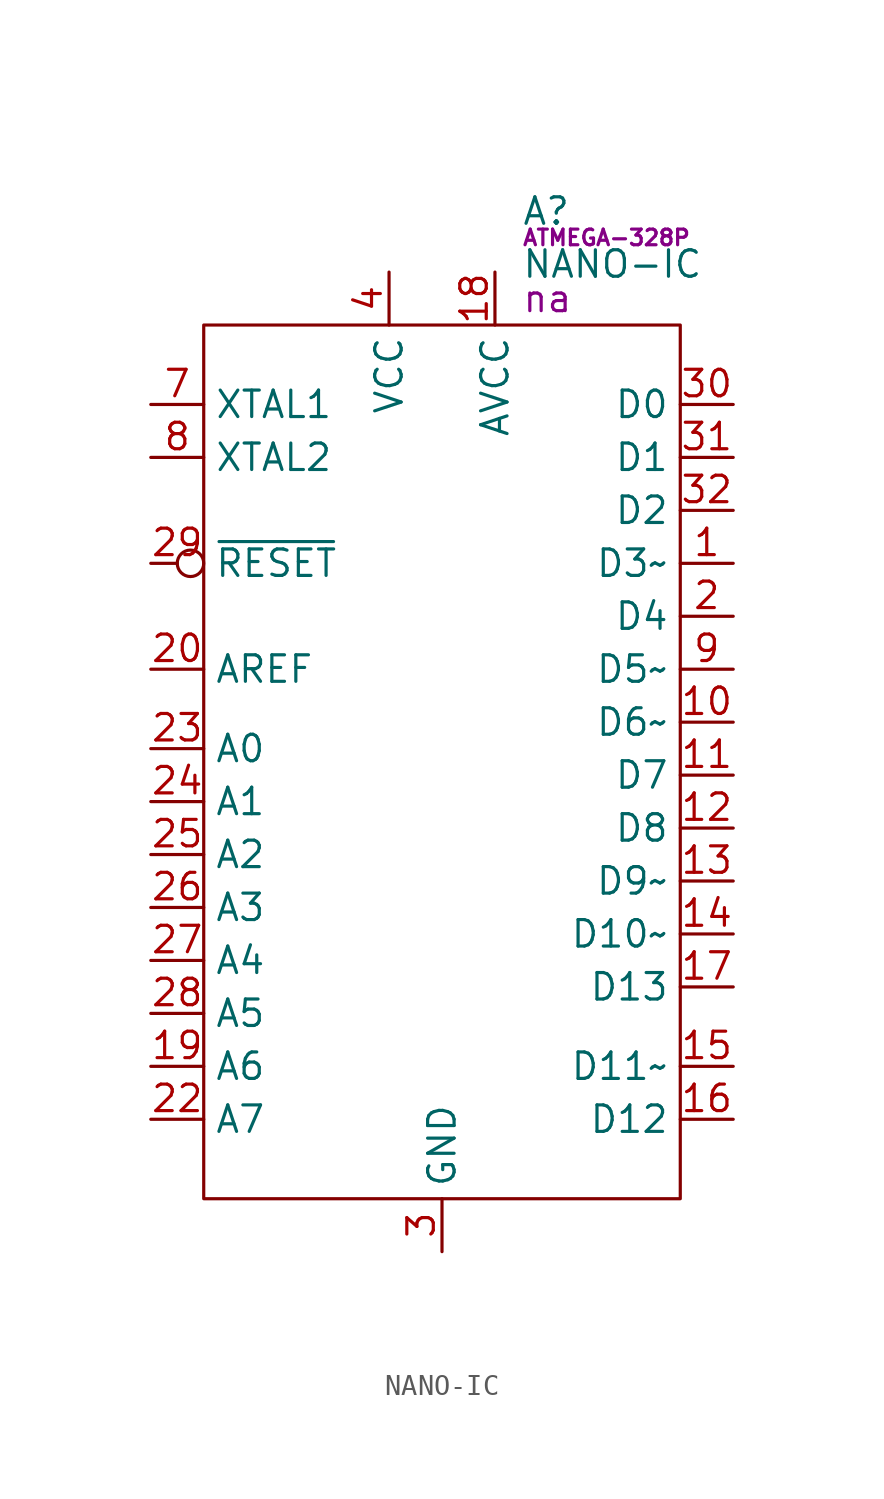
<source format=kicad_sym>
(kicad_symbol_lib
  (version 20231120)
  (generator "kicad_symbol_editor")
  (generator_version "8.0")
  (symbol "NANO-IC"
    (property "Reference" "A"
      (at 15.24 5.461 0)
      (effects (font (size 1.27 1.27)) (justify left)))
    (property "Value" "NANO-IC"
      (at 15.24 2.921 0)
      (effects (font (size 1.27 1.27)) (justify left)))
    (property "IC" "ATMEGA-328P"
      (at 15.24 4.191 0)
      (effects (font (size 0.75 0.75)) (justify left)))
    (property "PartNumber" "na"
      (at 15.24 1.27 0)
      (effects (font (size 1.27 1.27)) (justify left)))
    (symbol "NANO-IC_0_0"
      (pin bidirectional line (at 25.4 -11.43 180) (length 2.54) (name "D3~" (effects (font (size 1.27 1.27)))) (number "1" (effects (font (size 1.27 1.27)))) (alternate "INT1" input line) (alternate "OC2B" bidirectional line) (alternate "PCINT19" input line) (alternate "PD3" bidirectional line))
      (pin bidirectional line (at 25.4 -19.05 180) (length 2.54) (name "D6~" (effects (font (size 1.27 1.27)))) (number "10" (effects (font (size 1.27 1.27)))) (alternate "AIN0" input line) (alternate "OC0A" input line) (alternate "PCINT22" input line) (alternate "PD6" bidirectional line))
      (pin bidirectional line (at 25.4 -21.59 180) (length 2.54) (name "D7" (effects (font (size 1.27 1.27)))) (number "11" (effects (font (size 1.27 1.27)))) (alternate "AIN1" input line) (alternate "PCINT23" input line) (alternate "PD7" bidirectional line))
      (pin bidirectional line (at 25.4 -24.13 180) (length 2.54) (name "D8" (effects (font (size 1.27 1.27)))) (number "12" (effects (font (size 1.27 1.27)))) (alternate "CLKO" bidirectional line) (alternate "ICP1" input line) (alternate "PB0" output line) (alternate "PCINT0" input line))
      (pin bidirectional line (at 25.4 -26.67 180) (length 2.54) (name "D9~" (effects (font (size 1.27 1.27)))) (number "13" (effects (font (size 1.27 1.27)))) (alternate "OC1A" input line) (alternate "PB1" bidirectional line) (alternate "PCINT1" input line))
      (pin bidirectional line (at 25.4 -29.21 180) (length 2.54) (name "D10~" (effects (font (size 1.27 1.27)))) (number "14" (effects (font (size 1.27 1.27)))) (alternate "OC1B" input line) (alternate "PB2" bidirectional line) (alternate "PCINT2" input line) (alternate "~{SS}" output line))
      (pin bidirectional line (at 25.4 -35.56 180) (length 2.54) (name "D11~" (effects (font (size 1.27 1.27)))) (number "15" (effects (font (size 1.27 1.27)))) (alternate "OC2A" input line) (alternate "PB3" bidirectional line) (alternate "PCINT3" input line) (alternate "SPI-COPI" output line))
      (pin bidirectional line (at 25.4 -38.1 180) (length 2.54) (name "D12" (effects (font (size 1.27 1.27)))) (number "16" (effects (font (size 1.27 1.27)))) (alternate "PB4" bidirectional line) (alternate "PCINT4" input line) (alternate "SPI-CIPO" input line))
      (pin bidirectional line (at 25.4 -31.75 180) (length 2.54) (name "D13" (effects (font (size 1.27 1.27)))) (number "17" (effects (font (size 1.27 1.27)))) (alternate "PB5" bidirectional line) (alternate "PCINT5" input line) (alternate "SPI-SCLK" output line))
      (pin power_in line (at 13.97 2.54 270) (length 2.54) (name "AVCC" (effects (font (size 1.27 1.27)))) (number "18" (effects (font (size 1.27 1.27)))))
      (pin input line (at -2.54 -35.56 0) (length 2.54) (name "A6" (effects (font (size 1.27 1.27)))) (number "19" (effects (font (size 1.27 1.27)))) (alternate "ADC6" input line))
      (pin bidirectional line (at 25.4 -13.97 180) (length 2.54) (name "D4" (effects (font (size 1.27 1.27)))) (number "2" (effects (font (size 1.27 1.27)))) (alternate "PCINT20" input line) (alternate "PD4" bidirectional line) (alternate "T0" bidirectional line) (alternate "XCK" input line))
      (pin input line (at -2.54 -16.51 0) (length 2.54) (name "AREF" (effects (font (size 1.27 1.27)))) (number "20" (effects (font (size 1.27 1.27)))))
      (pin power_in line (at 11.43 -44.45 90) (length 2.54) hide (name "GND" (effects (font (size 1.27 1.27)))) (number "21" (effects (font (size 1.27 1.27)))))
      (pin input line (at -2.54 -38.1 0) (length 2.54) (name "A7" (effects (font (size 1.27 1.27)))) (number "22" (effects (font (size 1.27 1.27)))) (alternate "ADC7" input line))
      (pin input line (at -2.54 -20.32 0) (length 2.54) (name "A0" (effects (font (size 1.27 1.27)))) (number "23" (effects (font (size 1.27 1.27)))) (alternate "D14" bidirectional line) (alternate "PC0" bidirectional line) (alternate "PCINT9" input line))
      (pin input line (at -2.54 -22.86 0) (length 2.54) (name "A1" (effects (font (size 1.27 1.27)))) (number "24" (effects (font (size 1.27 1.27)))) (alternate "D15" bidirectional line) (alternate "PC1" bidirectional line) (alternate "PCINT9" input line))
      (pin input line (at -2.54 -25.4 0) (length 2.54) (name "A2" (effects (font (size 1.27 1.27)))) (number "25" (effects (font (size 1.27 1.27)))) (alternate "D16" bidirectional line) (alternate "PC2" bidirectional line) (alternate "PCINT10" input line))
      (pin input line (at -2.54 -27.94 0) (length 2.54) (name "A3" (effects (font (size 1.27 1.27)))) (number "26" (effects (font (size 1.27 1.27)))) (alternate "D17" bidirectional line) (alternate "PC3" bidirectional line) (alternate "PCINT11" input line))
      (pin input line (at -2.54 -30.48 0) (length 2.54) (name "A4" (effects (font (size 1.27 1.27)))) (number "27" (effects (font (size 1.27 1.27)))) (alternate "D18" bidirectional line) (alternate "I2C-SDA" bidirectional line) (alternate "PC4" bidirectional line) (alternate "PCINT12" input line))
      (pin input line (at -2.54 -33.02 0) (length 2.54) (name "A5" (effects (font (size 1.27 1.27)))) (number "28" (effects (font (size 1.27 1.27)))) (alternate "D19" bidirectional line) (alternate "I2C-SCLK" input line) (alternate "PC5" bidirectional line) (alternate "PCINT13" input line))
      (pin input inverted (at -2.54 -11.43 0) (length 2.54) (name "~{RESET}" (effects (font (size 1.27 1.27)))) (number "29" (effects (font (size 1.27 1.27)))) (alternate "PC6" bidirectional line) (alternate "PCINT14" input line))
      (pin power_in line (at 11.43 -44.45 90) (length 2.54) (name "GND" (effects (font (size 1.27 1.27)))) (number "3" (effects (font (size 1.27 1.27)))))
      (pin bidirectional line (at 25.4 -3.81 180) (length 2.54) (name "D0" (effects (font (size 1.27 1.27)))) (number "30" (effects (font (size 1.27 1.27)))) (alternate "PCINT16" input line) (alternate "PD0" bidirectional line) (alternate "RXD" input line))
      (pin bidirectional line (at 25.4 -6.35 180) (length 2.54) (name "D1" (effects (font (size 1.27 1.27)))) (number "31" (effects (font (size 1.27 1.27)))) (alternate "PCINT17" input line) (alternate "PD1" bidirectional line) (alternate "TXD" output line))
      (pin bidirectional line (at 25.4 -8.89 180) (length 2.54) (name "D2" (effects (font (size 1.27 1.27)))) (number "32" (effects (font (size 1.27 1.27)))) (alternate "INT0" input line) (alternate "PCINT18" input line) (alternate "PD2" bidirectional line))
      (pin power_in line (at 8.89 2.54 270) (length 2.54) (name "VCC" (effects (font (size 1.27 1.27)))) (number "4" (effects (font (size 1.27 1.27)))))
      (pin power_in line (at 11.43 -44.45 90) (length 2.54) hide (name "GND" (effects (font (size 1.27 1.27)))) (number "5" (effects (font (size 1.27 1.27)))))
      (pin power_in line (at 8.89 2.54 270) (length 2.54) hide (name "VCC" (effects (font (size 1.27 1.27)))) (number "6" (effects (font (size 1.27 1.27)))))
      (pin input line (at -2.54 -3.81 0) (length 2.54) (name "XTAL1" (effects (font (size 1.27 1.27)))) (number "7" (effects (font (size 1.27 1.27)))))
      (pin input line (at -2.54 -6.35 0) (length 2.54) (name "XTAL2" (effects (font (size 1.27 1.27)))) (number "8" (effects (font (size 1.27 1.27)))))
      (pin bidirectional line (at 25.4 -16.51 180) (length 2.54) (name "D5~" (effects (font (size 1.27 1.27)))) (number "9" (effects (font (size 1.27 1.27)))) (alternate "OC0B" input line) (alternate "PCINT21" input line) (alternate "PD5" bidirectional line) (alternate "T1" bidirectional line)))
    (symbol "NANO-IC_0_1"
      (rectangle (start 0 0) (end 22.86 -41.91) (stroke (width 0) (type default)) (fill (type none))))))
</source>
